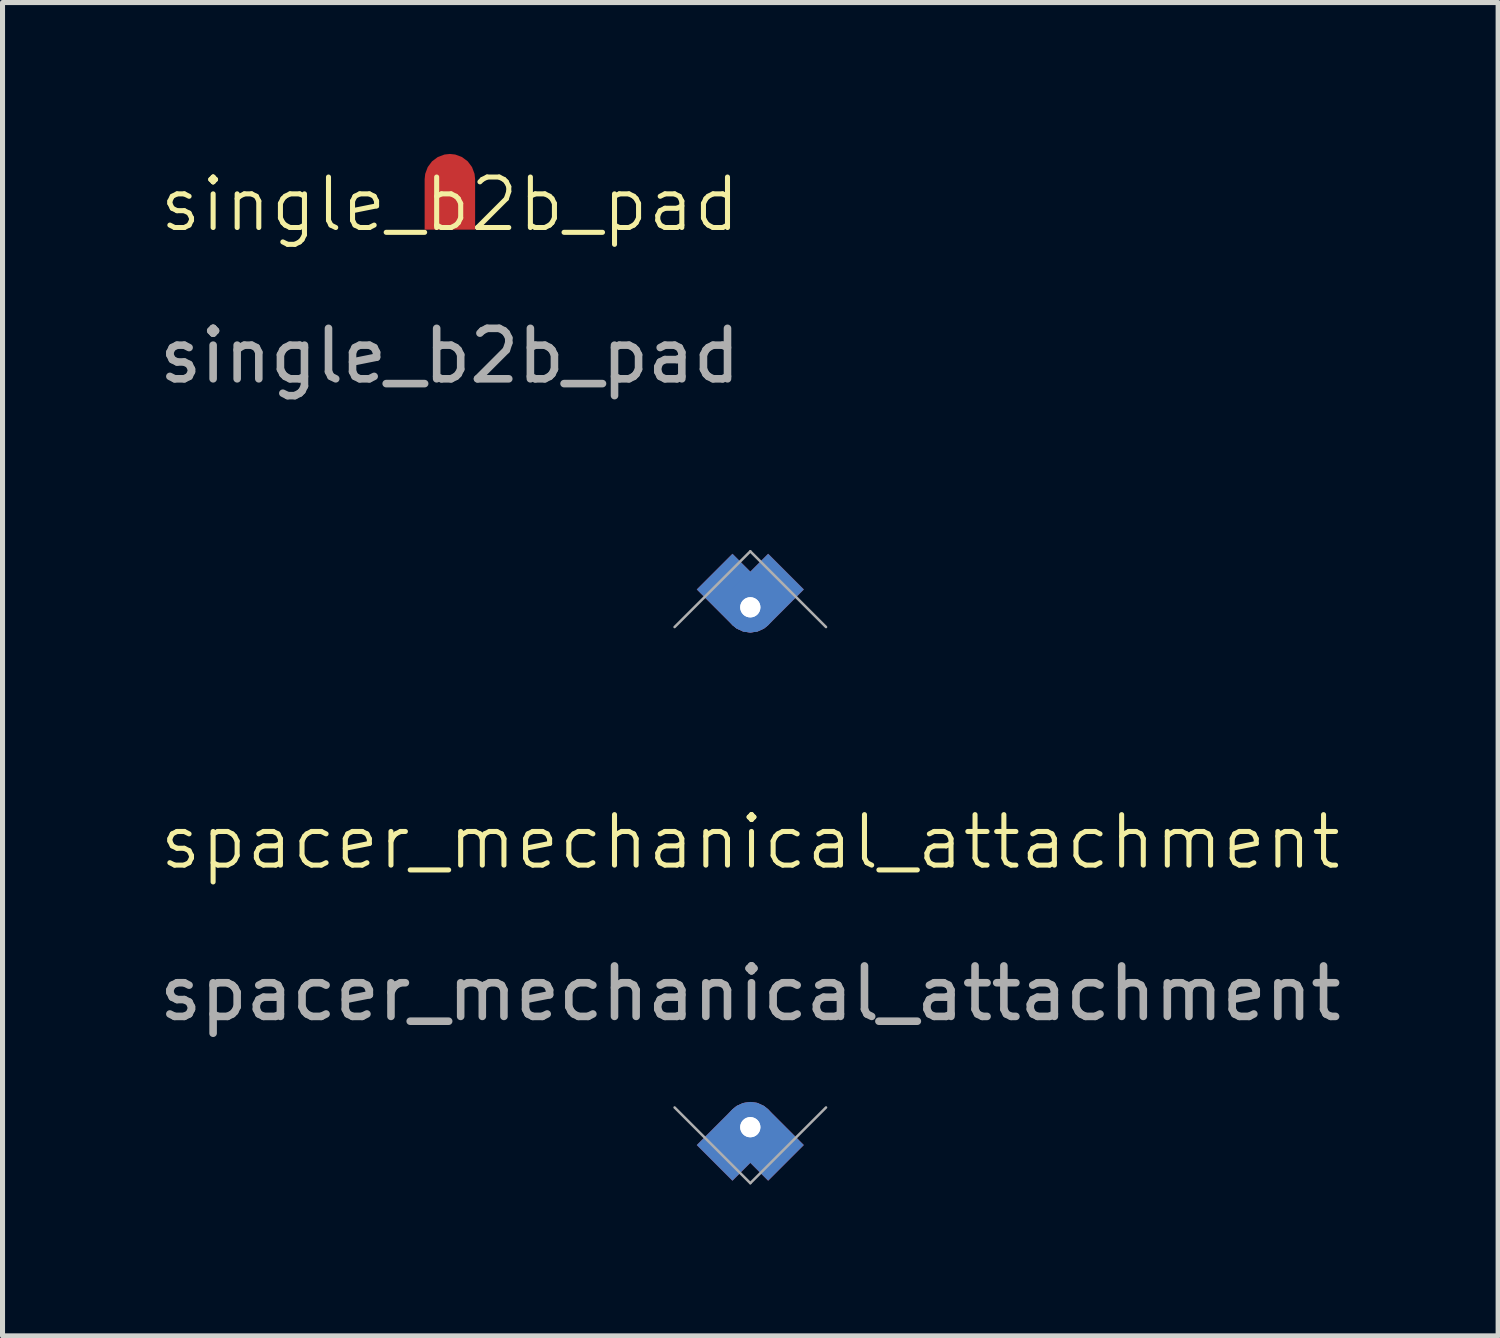
<source format=kicad_pcb>
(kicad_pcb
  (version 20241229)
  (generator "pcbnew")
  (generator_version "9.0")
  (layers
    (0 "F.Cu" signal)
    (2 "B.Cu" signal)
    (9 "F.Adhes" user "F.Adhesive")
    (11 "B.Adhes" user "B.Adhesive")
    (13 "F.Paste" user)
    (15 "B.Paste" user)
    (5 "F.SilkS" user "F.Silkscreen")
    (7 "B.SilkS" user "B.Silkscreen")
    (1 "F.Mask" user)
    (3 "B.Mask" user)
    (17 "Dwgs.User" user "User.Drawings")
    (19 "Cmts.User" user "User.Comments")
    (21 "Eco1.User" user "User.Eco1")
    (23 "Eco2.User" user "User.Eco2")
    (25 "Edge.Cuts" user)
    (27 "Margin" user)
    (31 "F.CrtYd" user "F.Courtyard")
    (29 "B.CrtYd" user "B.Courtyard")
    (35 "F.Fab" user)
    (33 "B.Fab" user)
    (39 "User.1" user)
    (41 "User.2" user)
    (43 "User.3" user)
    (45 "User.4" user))
  (footprint "single_b2b_pad"
    (layer "F.Cu")
    (at 5.863 1.5)
    (property "Reference" "single_b2b_pad" (at 0 -0.5 0) (unlocked yes) (layer "F.SilkS") (effects (font (size 1 1) (thickness 0.1))))
    (attr smd)
    (fp_text user "${REFERENCE}" (at 0 2.5 0) (unlocked yes) (layer "F.Fab") (effects (font (size 1 1) (thickness 0.15))))
    (pad "1" smd roundrect (at 0 -1 90) (size 1.5 1) (drill (offset -0.25 0)) (layers "F.Cu" "F.Mask" "F.Paste") (roundrect_rratio 0.5) (chamfer_ratio 0) (chamfer top_left bottom_left)))
  (footprint "spacer_mechanical_attachment"
    (layer "F.Cu")
    (at 11.815 14.132)
    (property "Reference" "spacer_mechanical_attachment" (at 0 -0.5 0) (unlocked yes) (layer "F.SilkS") (effects (font (size 1 1) (thickness 0.1))))
    (attr smd)
    (fp_line (start 0 -6.259) (end -1.5 -4.759) (stroke (width 0.05) (type solid)) (layer "F.Fab"))
    (fp_line (start 0 -6.259) (end 1.5 -4.759) (stroke (width 0.05) (type solid)) (layer "F.Fab"))
    (fp_line (start 0 6.259) (end -1.5 4.759) (stroke (width 0.05) (type solid)) (layer "F.Fab"))
    (fp_line (start 0 6.259) (end 1.5 4.759) (stroke (width 0.05) (type solid)) (layer "F.Fab"))
    (fp_text user "${REFERENCE}" (at 0 2.5 0) (unlocked yes) (layer "F.Fab") (effects (font (size 1 1) (thickness 0.15))))
    (pad "1" thru_hole roundrect (at 0 -5.15 315) (size 1.5 1) (drill 0.4 (offset -0.25 0)) (layers "*.Cu" "*.Mask") (roundrect_rratio 0.5) (chamfer_ratio 0) (chamfer top_left bottom_left))
    (pad "1" thru_hole roundrect (at 0 -5.15 225) (size 1.5 1) (drill 0.4 (offset -0.25 0)) (layers "*.Cu" "*.Mask") (roundrect_rratio 0.5) (chamfer_ratio 0) (chamfer top_left bottom_left))
    (pad "1" thru_hole roundrect (at 0 5.15 135) (size 1.5 1) (drill 0.4 (offset -0.25 0)) (layers "*.Cu" "*.Mask") (roundrect_rratio 0.5) (chamfer_ratio 0) (chamfer top_left bottom_left))
    (pad "1" thru_hole roundrect (at 0 5.15 45) (size 1.5 1) (drill 0.4 (offset -0.25 0)) (layers "*.Cu" "*.Mask") (roundrect_rratio 0.5) (chamfer_ratio 0) (chamfer top_left bottom_left)))
  (gr_rect
    (start -3 -3)
    (end 26.631 23.416)
    (stroke (width 0.1) (type default))
    (fill no)
    (layer "Edge.Cuts")))
</source>
